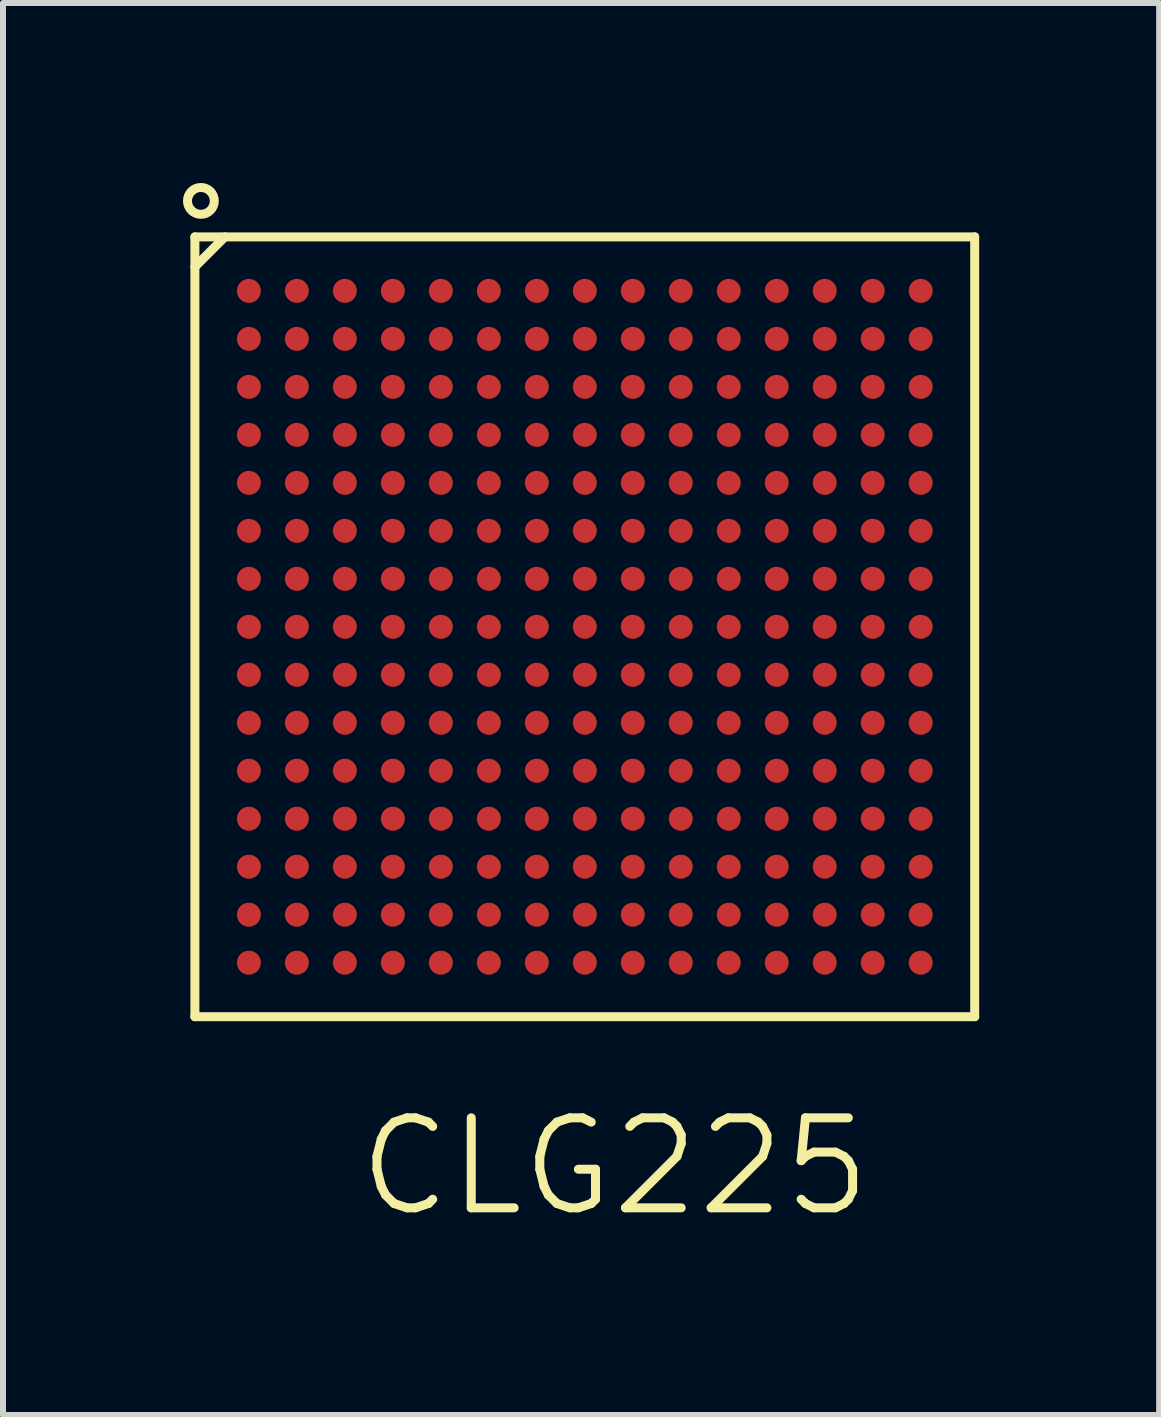
<source format=kicad_pcb>
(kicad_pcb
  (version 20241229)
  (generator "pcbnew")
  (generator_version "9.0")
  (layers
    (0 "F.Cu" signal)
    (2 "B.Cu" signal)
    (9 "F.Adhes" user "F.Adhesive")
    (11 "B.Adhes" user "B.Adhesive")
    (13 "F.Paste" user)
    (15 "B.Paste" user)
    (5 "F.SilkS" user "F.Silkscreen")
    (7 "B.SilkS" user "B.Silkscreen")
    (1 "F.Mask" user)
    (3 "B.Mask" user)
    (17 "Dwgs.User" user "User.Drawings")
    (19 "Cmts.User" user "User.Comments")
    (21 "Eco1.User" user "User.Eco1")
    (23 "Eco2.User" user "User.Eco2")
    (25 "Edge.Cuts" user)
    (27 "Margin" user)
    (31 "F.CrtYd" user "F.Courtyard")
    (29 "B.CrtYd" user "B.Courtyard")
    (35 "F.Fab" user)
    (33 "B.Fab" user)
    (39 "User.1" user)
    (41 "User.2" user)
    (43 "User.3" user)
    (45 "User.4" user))
  (footprint "CLG225"
    (layer "F.Cu")
    (at 6.699 7.399)
    (property "Reference" "CLG225" (at 0.5 9 0) (layer "F.SilkS") (effects (font (size 1.5 1.5) (thickness 0.15))))
    (attr through_hole)
    (fp_line (start -6.5 -6.5) (end 6.5 -6.5) (stroke (width 0.15) (type solid)) (layer "F.SilkS"))
    (fp_line (start -6.5 -6) (end -6 -6.5) (stroke (width 0.15) (type solid)) (layer "F.SilkS"))
    (fp_line (start -6.5 6.5) (end -6.5 -6.5) (stroke (width 0.15) (type solid)) (layer "F.SilkS"))
    (fp_line (start 6.5 -6.5) (end 6.5 6.5) (stroke (width 0.15) (type solid)) (layer "F.SilkS"))
    (fp_line (start 6.5 6.5) (end -6.5 6.5) (stroke (width 0.15) (type solid)) (layer "F.SilkS"))
    (fp_circle (center -6.4 -7.1) (end -6.2 -7) (stroke (width 0.15) (type solid)) (fill no) (layer "F.SilkS"))
    (pad "A1" smd circle (at -5.6 -5.6) (size 0.4 0.4) (layers "F.Cu" "F.Mask" "F.Paste"))
    (pad "A2" smd circle (at -4.8 -5.6) (size 0.4 0.4) (layers "F.Cu" "F.Mask" "F.Paste"))
    (pad "A3" smd circle (at -4 -5.6) (size 0.4 0.4) (layers "F.Cu" "F.Mask" "F.Paste"))
    (pad "A4" smd circle (at -3.2 -5.6) (size 0.4 0.4) (layers "F.Cu" "F.Mask" "F.Paste"))
    (pad "A5" smd circle (at -2.4 -5.6) (size 0.4 0.4) (layers "F.Cu" "F.Mask" "F.Paste"))
    (pad "A6" smd circle (at -1.6 -5.6) (size 0.4 0.4) (layers "F.Cu" "F.Mask" "F.Paste"))
    (pad "A7" smd circle (at -0.8 -5.6) (size 0.4 0.4) (layers "F.Cu" "F.Mask" "F.Paste"))
    (pad "A8" smd circle (at 0 -5.6) (size 0.4 0.4) (layers "F.Cu" "F.Mask" "F.Paste"))
    (pad "A9" smd circle (at 0.8 -5.6) (size 0.4 0.4) (layers "F.Cu" "F.Mask" "F.Paste"))
    (pad "A10" smd circle (at 1.6 -5.6) (size 0.4 0.4) (layers "F.Cu" "F.Mask" "F.Paste"))
    (pad "A11" smd circle (at 2.4 -5.6) (size 0.4 0.4) (layers "F.Cu" "F.Mask" "F.Paste"))
    (pad "A12" smd circle (at 3.2 -5.6) (size 0.4 0.4) (layers "F.Cu" "F.Mask" "F.Paste"))
    (pad "A13" smd circle (at 4 -5.6) (size 0.4 0.4) (layers "F.Cu" "F.Mask" "F.Paste"))
    (pad "A14" smd circle (at 4.8 -5.6) (size 0.4 0.4) (layers "F.Cu" "F.Mask" "F.Paste"))
    (pad "A15" smd circle (at 5.6 -5.6) (size 0.4 0.4) (layers "F.Cu" "F.Mask" "F.Paste"))
    (pad "B1" smd circle (at -5.6 -4.8) (size 0.4 0.4) (layers "F.Cu" "F.Mask" "F.Paste"))
    (pad "B2" smd circle (at -4.8 -4.8) (size 0.4 0.4) (layers "F.Cu" "F.Mask" "F.Paste"))
    (pad "B3" smd circle (at -4 -4.8) (size 0.4 0.4) (layers "F.Cu" "F.Mask" "F.Paste"))
    (pad "B4" smd circle (at -3.2 -4.8) (size 0.4 0.4) (layers "F.Cu" "F.Mask" "F.Paste"))
    (pad "B5" smd circle (at -2.4 -4.8) (size 0.4 0.4) (layers "F.Cu" "F.Mask" "F.Paste"))
    (pad "B6" smd circle (at -1.6 -4.8) (size 0.4 0.4) (layers "F.Cu" "F.Mask" "F.Paste"))
    (pad "B7" smd circle (at -0.8 -4.8) (size 0.4 0.4) (layers "F.Cu" "F.Mask" "F.Paste"))
    (pad "B8" smd circle (at 0 -4.8) (size 0.4 0.4) (layers "F.Cu" "F.Mask" "F.Paste"))
    (pad "B9" smd circle (at 0.8 -4.8) (size 0.4 0.4) (layers "F.Cu" "F.Mask" "F.Paste"))
    (pad "B10" smd circle (at 1.6 -4.8) (size 0.4 0.4) (layers "F.Cu" "F.Mask" "F.Paste"))
    (pad "B11" smd circle (at 2.4 -4.8) (size 0.4 0.4) (layers "F.Cu" "F.Mask" "F.Paste"))
    (pad "B12" smd circle (at 3.2 -4.8) (size 0.4 0.4) (layers "F.Cu" "F.Mask" "F.Paste"))
    (pad "B13" smd circle (at 4 -4.8) (size 0.4 0.4) (layers "F.Cu" "F.Mask" "F.Paste"))
    (pad "B14" smd circle (at 4.8 -4.8) (size 0.4 0.4) (layers "F.Cu" "F.Mask" "F.Paste"))
    (pad "B15" smd circle (at 5.6 -4.8) (size 0.4 0.4) (layers "F.Cu" "F.Mask" "F.Paste"))
    (pad "C1" smd circle (at -5.6 -4) (size 0.4 0.4) (layers "F.Cu" "F.Mask" "F.Paste"))
    (pad "C2" smd circle (at -4.8 -4) (size 0.4 0.4) (layers "F.Cu" "F.Mask" "F.Paste"))
    (pad "C3" smd circle (at -4 -4) (size 0.4 0.4) (layers "F.Cu" "F.Mask" "F.Paste"))
    (pad "C4" smd circle (at -3.2 -4) (size 0.4 0.4) (layers "F.Cu" "F.Mask" "F.Paste"))
    (pad "C5" smd circle (at -2.4 -4) (size 0.4 0.4) (layers "F.Cu" "F.Mask" "F.Paste"))
    (pad "C6" smd circle (at -1.6 -4) (size 0.4 0.4) (layers "F.Cu" "F.Mask" "F.Paste"))
    (pad "C7" smd circle (at -0.8 -4) (size 0.4 0.4) (layers "F.Cu" "F.Mask" "F.Paste"))
    (pad "C8" smd circle (at 0 -4) (size 0.4 0.4) (layers "F.Cu" "F.Mask" "F.Paste"))
    (pad "C9" smd circle (at 0.8 -4) (size 0.4 0.4) (layers "F.Cu" "F.Mask" "F.Paste"))
    (pad "C10" smd circle (at 1.6 -4) (size 0.4 0.4) (layers "F.Cu" "F.Mask" "F.Paste"))
    (pad "C11" smd circle (at 2.4 -4) (size 0.4 0.4) (layers "F.Cu" "F.Mask" "F.Paste"))
    (pad "C12" smd circle (at 3.2 -4) (size 0.4 0.4) (layers "F.Cu" "F.Mask" "F.Paste"))
    (pad "C13" smd circle (at 4 -4) (size 0.4 0.4) (layers "F.Cu" "F.Mask" "F.Paste"))
    (pad "C14" smd circle (at 4.8 -4) (size 0.4 0.4) (layers "F.Cu" "F.Mask" "F.Paste"))
    (pad "C15" smd circle (at 5.6 -4) (size 0.4 0.4) (layers "F.Cu" "F.Mask" "F.Paste"))
    (pad "D1" smd circle (at -5.6 -3.2) (size 0.4 0.4) (layers "F.Cu" "F.Mask" "F.Paste"))
    (pad "D2" smd circle (at -4.8 -3.2) (size 0.4 0.4) (layers "F.Cu" "F.Mask" "F.Paste"))
    (pad "D3" smd circle (at -4 -3.2) (size 0.4 0.4) (layers "F.Cu" "F.Mask" "F.Paste"))
    (pad "D4" smd circle (at -3.2 -3.2) (size 0.4 0.4) (layers "F.Cu" "F.Mask" "F.Paste"))
    (pad "D5" smd circle (at -2.4 -3.2) (size 0.4 0.4) (layers "F.Cu" "F.Mask" "F.Paste"))
    (pad "D6" smd circle (at -1.6 -3.2) (size 0.4 0.4) (layers "F.Cu" "F.Mask" "F.Paste"))
    (pad "D7" smd circle (at -0.8 -3.2) (size 0.4 0.4) (layers "F.Cu" "F.Mask" "F.Paste"))
    (pad "D8" smd circle (at 0 -3.2) (size 0.4 0.4) (layers "F.Cu" "F.Mask" "F.Paste"))
    (pad "D9" smd circle (at 0.8 -3.2) (size 0.4 0.4) (layers "F.Cu" "F.Mask" "F.Paste"))
    (pad "D10" smd circle (at 1.6 -3.2) (size 0.4 0.4) (layers "F.Cu" "F.Mask" "F.Paste"))
    (pad "D11" smd circle (at 2.4 -3.2) (size 0.4 0.4) (layers "F.Cu" "F.Mask" "F.Paste"))
    (pad "D12" smd circle (at 3.2 -3.2) (size 0.4 0.4) (layers "F.Cu" "F.Mask" "F.Paste"))
    (pad "D13" smd circle (at 4 -3.2) (size 0.4 0.4) (layers "F.Cu" "F.Mask" "F.Paste"))
    (pad "D14" smd circle (at 4.8 -3.2) (size 0.4 0.4) (layers "F.Cu" "F.Mask" "F.Paste"))
    (pad "D15" smd circle (at 5.6 -3.2) (size 0.4 0.4) (layers "F.Cu" "F.Mask" "F.Paste"))
    (pad "E1" smd circle (at -5.6 -2.4) (size 0.4 0.4) (layers "F.Cu" "F.Mask" "F.Paste"))
    (pad "E2" smd circle (at -4.8 -2.4) (size 0.4 0.4) (layers "F.Cu" "F.Mask" "F.Paste"))
    (pad "E3" smd circle (at -4 -2.4) (size 0.4 0.4) (layers "F.Cu" "F.Mask" "F.Paste"))
    (pad "E4" smd circle (at -3.2 -2.4) (size 0.4 0.4) (layers "F.Cu" "F.Mask" "F.Paste"))
    (pad "E5" smd circle (at -2.4 -2.4) (size 0.4 0.4) (layers "F.Cu" "F.Mask" "F.Paste"))
    (pad "E6" smd circle (at -1.6 -2.4) (size 0.4 0.4) (layers "F.Cu" "F.Mask" "F.Paste"))
    (pad "E7" smd circle (at -0.8 -2.4) (size 0.4 0.4) (layers "F.Cu" "F.Mask" "F.Paste"))
    (pad "E8" smd circle (at 0 -2.4) (size 0.4 0.4) (layers "F.Cu" "F.Mask" "F.Paste"))
    (pad "E9" smd circle (at 0.8 -2.4) (size 0.4 0.4) (layers "F.Cu" "F.Mask" "F.Paste"))
    (pad "E10" smd circle (at 1.6 -2.4) (size 0.4 0.4) (layers "F.Cu" "F.Mask" "F.Paste"))
    (pad "E11" smd circle (at 2.4 -2.4) (size 0.4 0.4) (layers "F.Cu" "F.Mask" "F.Paste"))
    (pad "E12" smd circle (at 3.2 -2.4) (size 0.4 0.4) (layers "F.Cu" "F.Mask" "F.Paste"))
    (pad "E13" smd circle (at 4 -2.4) (size 0.4 0.4) (layers "F.Cu" "F.Mask" "F.Paste"))
    (pad "E14" smd circle (at 4.8 -2.4) (size 0.4 0.4) (layers "F.Cu" "F.Mask" "F.Paste"))
    (pad "E15" smd circle (at 5.6 -2.4) (size 0.4 0.4) (layers "F.Cu" "F.Mask" "F.Paste"))
    (pad "F1" smd circle (at -5.6 -1.6) (size 0.4 0.4) (layers "F.Cu" "F.Mask" "F.Paste"))
    (pad "F2" smd circle (at -4.8 -1.6) (size 0.4 0.4) (layers "F.Cu" "F.Mask" "F.Paste"))
    (pad "F3" smd circle (at -4 -1.6) (size 0.4 0.4) (layers "F.Cu" "F.Mask" "F.Paste"))
    (pad "F4" smd circle (at -3.2 -1.6) (size 0.4 0.4) (layers "F.Cu" "F.Mask" "F.Paste"))
    (pad "F5" smd circle (at -2.4 -1.6) (size 0.4 0.4) (layers "F.Cu" "F.Mask" "F.Paste"))
    (pad "F6" smd circle (at -1.6 -1.6) (size 0.4 0.4) (layers "F.Cu" "F.Mask" "F.Paste"))
    (pad "F7" smd circle (at -0.8 -1.6) (size 0.4 0.4) (layers "F.Cu" "F.Mask" "F.Paste"))
    (pad "F8" smd circle (at 0 -1.6) (size 0.4 0.4) (layers "F.Cu" "F.Mask" "F.Paste"))
    (pad "F9" smd circle (at 0.8 -1.6) (size 0.4 0.4) (layers "F.Cu" "F.Mask" "F.Paste"))
    (pad "F10" smd circle (at 1.6 -1.6) (size 0.4 0.4) (layers "F.Cu" "F.Mask" "F.Paste"))
    (pad "F11" smd circle (at 2.4 -1.6) (size 0.4 0.4) (layers "F.Cu" "F.Mask" "F.Paste"))
    (pad "F12" smd circle (at 3.2 -1.6) (size 0.4 0.4) (layers "F.Cu" "F.Mask" "F.Paste"))
    (pad "F13" smd circle (at 4 -1.6) (size 0.4 0.4) (layers "F.Cu" "F.Mask" "F.Paste"))
    (pad "F14" smd circle (at 4.8 -1.6) (size 0.4 0.4) (layers "F.Cu" "F.Mask" "F.Paste"))
    (pad "F15" smd circle (at 5.6 -1.6) (size 0.4 0.4) (layers "F.Cu" "F.Mask" "F.Paste"))
    (pad "G1" smd circle (at -5.6 -0.8) (size 0.4 0.4) (layers "F.Cu" "F.Mask" "F.Paste"))
    (pad "G2" smd circle (at -4.8 -0.8) (size 0.4 0.4) (layers "F.Cu" "F.Mask" "F.Paste"))
    (pad "G3" smd circle (at -4 -0.8) (size 0.4 0.4) (layers "F.Cu" "F.Mask" "F.Paste"))
    (pad "G4" smd circle (at -3.2 -0.8) (size 0.4 0.4) (layers "F.Cu" "F.Mask" "F.Paste"))
    (pad "G5" smd circle (at -2.4 -0.8) (size 0.4 0.4) (layers "F.Cu" "F.Mask" "F.Paste"))
    (pad "G6" smd circle (at -1.6 -0.8) (size 0.4 0.4) (layers "F.Cu" "F.Mask" "F.Paste"))
    (pad "G7" smd circle (at -0.8 -0.8) (size 0.4 0.4) (layers "F.Cu" "F.Mask" "F.Paste"))
    (pad "G8" smd circle (at 0 -0.8) (size 0.4 0.4) (layers "F.Cu" "F.Mask" "F.Paste"))
    (pad "G9" smd circle (at 0.8 -0.8) (size 0.4 0.4) (layers "F.Cu" "F.Mask" "F.Paste"))
    (pad "G10" smd circle (at 1.6 -0.8) (size 0.4 0.4) (layers "F.Cu" "F.Mask" "F.Paste"))
    (pad "G11" smd circle (at 2.4 -0.8) (size 0.4 0.4) (layers "F.Cu" "F.Mask" "F.Paste"))
    (pad "G12" smd circle (at 3.2 -0.8) (size 0.4 0.4) (layers "F.Cu" "F.Mask" "F.Paste"))
    (pad "G13" smd circle (at 4 -0.8) (size 0.4 0.4) (layers "F.Cu" "F.Mask" "F.Paste"))
    (pad "G14" smd circle (at 4.8 -0.8) (size 0.4 0.4) (layers "F.Cu" "F.Mask" "F.Paste"))
    (pad "G15" smd circle (at 5.6 -0.8) (size 0.4 0.4) (layers "F.Cu" "F.Mask" "F.Paste"))
    (pad "H1" smd circle (at -5.6 0) (size 0.4 0.4) (layers "F.Cu" "F.Mask" "F.Paste"))
    (pad "H2" smd circle (at -4.8 0) (size 0.4 0.4) (layers "F.Cu" "F.Mask" "F.Paste"))
    (pad "H3" smd circle (at -4 0) (size 0.4 0.4) (layers "F.Cu" "F.Mask" "F.Paste"))
    (pad "H4" smd circle (at -3.2 0) (size 0.4 0.4) (layers "F.Cu" "F.Mask" "F.Paste"))
    (pad "H5" smd circle (at -2.4 0) (size 0.4 0.4) (layers "F.Cu" "F.Mask" "F.Paste"))
    (pad "H6" smd circle (at -1.6 0) (size 0.4 0.4) (layers "F.Cu" "F.Mask" "F.Paste"))
    (pad "H7" smd circle (at -0.8 0) (size 0.4 0.4) (layers "F.Cu" "F.Mask" "F.Paste"))
    (pad "H8" smd circle (at 0 0) (size 0.4 0.4) (layers "F.Cu" "F.Mask" "F.Paste"))
    (pad "H9" smd circle (at 0.8 0) (size 0.4 0.4) (layers "F.Cu" "F.Mask" "F.Paste"))
    (pad "H10" smd circle (at 1.6 0) (size 0.4 0.4) (layers "F.Cu" "F.Mask" "F.Paste"))
    (pad "H11" smd circle (at 2.4 0) (size 0.4 0.4) (layers "F.Cu" "F.Mask" "F.Paste"))
    (pad "H12" smd circle (at 3.2 0) (size 0.4 0.4) (layers "F.Cu" "F.Mask" "F.Paste"))
    (pad "H13" smd circle (at 4 0) (size 0.4 0.4) (layers "F.Cu" "F.Mask" "F.Paste"))
    (pad "H14" smd circle (at 4.8 0) (size 0.4 0.4) (layers "F.Cu" "F.Mask" "F.Paste"))
    (pad "H15" smd circle (at 5.6 0) (size 0.4 0.4) (layers "F.Cu" "F.Mask" "F.Paste"))
    (pad "J1" smd circle (at -5.6 0.8) (size 0.4 0.4) (layers "F.Cu" "F.Mask" "F.Paste"))
    (pad "J2" smd circle (at -4.8 0.8) (size 0.4 0.4) (layers "F.Cu" "F.Mask" "F.Paste"))
    (pad "J3" smd circle (at -4 0.8) (size 0.4 0.4) (layers "F.Cu" "F.Mask" "F.Paste"))
    (pad "J4" smd circle (at -3.2 0.8) (size 0.4 0.4) (layers "F.Cu" "F.Mask" "F.Paste"))
    (pad "J5" smd circle (at -2.4 0.8) (size 0.4 0.4) (layers "F.Cu" "F.Mask" "F.Paste"))
    (pad "J6" smd circle (at -1.6 0.8) (size 0.4 0.4) (layers "F.Cu" "F.Mask" "F.Paste"))
    (pad "J7" smd circle (at -0.8 0.8) (size 0.4 0.4) (layers "F.Cu" "F.Mask" "F.Paste"))
    (pad "J8" smd circle (at 0 0.8) (size 0.4 0.4) (layers "F.Cu" "F.Mask" "F.Paste"))
    (pad "J9" smd circle (at 0.8 0.8) (size 0.4 0.4) (layers "F.Cu" "F.Mask" "F.Paste"))
    (pad "J10" smd circle (at 1.6 0.8) (size 0.4 0.4) (layers "F.Cu" "F.Mask" "F.Paste"))
    (pad "J11" smd circle (at 2.4 0.8) (size 0.4 0.4) (layers "F.Cu" "F.Mask" "F.Paste"))
    (pad "J12" smd circle (at 3.2 0.8) (size 0.4 0.4) (layers "F.Cu" "F.Mask" "F.Paste"))
    (pad "J13" smd circle (at 4 0.8) (size 0.4 0.4) (layers "F.Cu" "F.Mask" "F.Paste"))
    (pad "J14" smd circle (at 4.8 0.8) (size 0.4 0.4) (layers "F.Cu" "F.Mask" "F.Paste"))
    (pad "J15" smd circle (at 5.6 0.8) (size 0.4 0.4) (layers "F.Cu" "F.Mask" "F.Paste"))
    (pad "K1" smd circle (at -5.6 1.6) (size 0.4 0.4) (layers "F.Cu" "F.Mask" "F.Paste"))
    (pad "K2" smd circle (at -4.8 1.6) (size 0.4 0.4) (layers "F.Cu" "F.Mask" "F.Paste"))
    (pad "K3" smd circle (at -4 1.6) (size 0.4 0.4) (layers "F.Cu" "F.Mask" "F.Paste"))
    (pad "K4" smd circle (at -3.2 1.6) (size 0.4 0.4) (layers "F.Cu" "F.Mask" "F.Paste"))
    (pad "K5" smd circle (at -2.4 1.6) (size 0.4 0.4) (layers "F.Cu" "F.Mask" "F.Paste"))
    (pad "K6" smd circle (at -1.6 1.6) (size 0.4 0.4) (layers "F.Cu" "F.Mask" "F.Paste"))
    (pad "K7" smd circle (at -0.8 1.6) (size 0.4 0.4) (layers "F.Cu" "F.Mask" "F.Paste"))
    (pad "K8" smd circle (at 0 1.6) (size 0.4 0.4) (layers "F.Cu" "F.Mask" "F.Paste"))
    (pad "K9" smd circle (at 0.8 1.6) (size 0.4 0.4) (layers "F.Cu" "F.Mask" "F.Paste"))
    (pad "K10" smd circle (at 1.6 1.6) (size 0.4 0.4) (layers "F.Cu" "F.Mask" "F.Paste"))
    (pad "K11" smd circle (at 2.4 1.6) (size 0.4 0.4) (layers "F.Cu" "F.Mask" "F.Paste"))
    (pad "K12" smd circle (at 3.2 1.6) (size 0.4 0.4) (layers "F.Cu" "F.Mask" "F.Paste"))
    (pad "K13" smd circle (at 4 1.6) (size 0.4 0.4) (layers "F.Cu" "F.Mask" "F.Paste"))
    (pad "K14" smd circle (at 4.8 1.6) (size 0.4 0.4) (layers "F.Cu" "F.Mask" "F.Paste"))
    (pad "K15" smd circle (at 5.6 1.6) (size 0.4 0.4) (layers "F.Cu" "F.Mask" "F.Paste"))
    (pad "L1" smd circle (at -5.6 2.4) (size 0.4 0.4) (layers "F.Cu" "F.Mask" "F.Paste"))
    (pad "L2" smd circle (at -4.8 2.4) (size 0.4 0.4) (layers "F.Cu" "F.Mask" "F.Paste"))
    (pad "L3" smd circle (at -4 2.4) (size 0.4 0.4) (layers "F.Cu" "F.Mask" "F.Paste"))
    (pad "L4" smd circle (at -3.2 2.4) (size 0.4 0.4) (layers "F.Cu" "F.Mask" "F.Paste"))
    (pad "L5" smd circle (at -2.4 2.4) (size 0.4 0.4) (layers "F.Cu" "F.Mask" "F.Paste"))
    (pad "L6" smd circle (at -1.6 2.4) (size 0.4 0.4) (layers "F.Cu" "F.Mask" "F.Paste"))
    (pad "L7" smd circle (at -0.8 2.4) (size 0.4 0.4) (layers "F.Cu" "F.Mask" "F.Paste"))
    (pad "L8" smd circle (at 0 2.4) (size 0.4 0.4) (layers "F.Cu" "F.Mask" "F.Paste"))
    (pad "L9" smd circle (at 0.8 2.4) (size 0.4 0.4) (layers "F.Cu" "F.Mask" "F.Paste"))
    (pad "L10" smd circle (at 1.6 2.4) (size 0.4 0.4) (layers "F.Cu" "F.Mask" "F.Paste"))
    (pad "L11" smd circle (at 2.4 2.4) (size 0.4 0.4) (layers "F.Cu" "F.Mask" "F.Paste"))
    (pad "L12" smd circle (at 3.2 2.4) (size 0.4 0.4) (layers "F.Cu" "F.Mask" "F.Paste"))
    (pad "L13" smd circle (at 4 2.4) (size 0.4 0.4) (layers "F.Cu" "F.Mask" "F.Paste"))
    (pad "L14" smd circle (at 4.8 2.4) (size 0.4 0.4) (layers "F.Cu" "F.Mask" "F.Paste"))
    (pad "L15" smd circle (at 5.6 2.4) (size 0.4 0.4) (layers "F.Cu" "F.Mask" "F.Paste"))
    (pad "M1" smd circle (at -5.6 3.2) (size 0.4 0.4) (layers "F.Cu" "F.Mask" "F.Paste"))
    (pad "M2" smd circle (at -4.8 3.2) (size 0.4 0.4) (layers "F.Cu" "F.Mask" "F.Paste"))
    (pad "M3" smd circle (at -4 3.2) (size 0.4 0.4) (layers "F.Cu" "F.Mask" "F.Paste"))
    (pad "M4" smd circle (at -3.2 3.2) (size 0.4 0.4) (layers "F.Cu" "F.Mask" "F.Paste"))
    (pad "M5" smd circle (at -2.4 3.2) (size 0.4 0.4) (layers "F.Cu" "F.Mask" "F.Paste"))
    (pad "M6" smd circle (at -1.6 3.2) (size 0.4 0.4) (layers "F.Cu" "F.Mask" "F.Paste"))
    (pad "M7" smd circle (at -0.8 3.2) (size 0.4 0.4) (layers "F.Cu" "F.Mask" "F.Paste"))
    (pad "M8" smd circle (at 0 3.2) (size 0.4 0.4) (layers "F.Cu" "F.Mask" "F.Paste"))
    (pad "M9" smd circle (at 0.8 3.2) (size 0.4 0.4) (layers "F.Cu" "F.Mask" "F.Paste"))
    (pad "M10" smd circle (at 1.6 3.2) (size 0.4 0.4) (layers "F.Cu" "F.Mask" "F.Paste"))
    (pad "M11" smd circle (at 2.4 3.2) (size 0.4 0.4) (layers "F.Cu" "F.Mask" "F.Paste"))
    (pad "M12" smd circle (at 3.2 3.2) (size 0.4 0.4) (layers "F.Cu" "F.Mask" "F.Paste"))
    (pad "M13" smd circle (at 4 3.2) (size 0.4 0.4) (layers "F.Cu" "F.Mask" "F.Paste"))
    (pad "M14" smd circle (at 4.8 3.2) (size 0.4 0.4) (layers "F.Cu" "F.Mask" "F.Paste"))
    (pad "M15" smd circle (at 5.6 3.2) (size 0.4 0.4) (layers "F.Cu" "F.Mask" "F.Paste"))
    (pad "N1" smd circle (at -5.6 4) (size 0.4 0.4) (layers "F.Cu" "F.Mask" "F.Paste"))
    (pad "N2" smd circle (at -4.8 4) (size 0.4 0.4) (layers "F.Cu" "F.Mask" "F.Paste"))
    (pad "N3" smd circle (at -4 4) (size 0.4 0.4) (layers "F.Cu" "F.Mask" "F.Paste"))
    (pad "N4" smd circle (at -3.2 4) (size 0.4 0.4) (layers "F.Cu" "F.Mask" "F.Paste"))
    (pad "N5" smd circle (at -2.4 4) (size 0.4 0.4) (layers "F.Cu" "F.Mask" "F.Paste"))
    (pad "N6" smd circle (at -1.6 4) (size 0.4 0.4) (layers "F.Cu" "F.Mask" "F.Paste"))
    (pad "N7" smd circle (at -0.8 4) (size 0.4 0.4) (layers "F.Cu" "F.Mask" "F.Paste"))
    (pad "N8" smd circle (at 0 4) (size 0.4 0.4) (layers "F.Cu" "F.Mask" "F.Paste"))
    (pad "N9" smd circle (at 0.8 4) (size 0.4 0.4) (layers "F.Cu" "F.Mask" "F.Paste"))
    (pad "N10" smd circle (at 1.6 4) (size 0.4 0.4) (layers "F.Cu" "F.Mask" "F.Paste"))
    (pad "N11" smd circle (at 2.4 4) (size 0.4 0.4) (layers "F.Cu" "F.Mask" "F.Paste"))
    (pad "N12" smd circle (at 3.2 4) (size 0.4 0.4) (layers "F.Cu" "F.Mask" "F.Paste"))
    (pad "N13" smd circle (at 4 4) (size 0.4 0.4) (layers "F.Cu" "F.Mask" "F.Paste"))
    (pad "N14" smd circle (at 4.8 4) (size 0.4 0.4) (layers "F.Cu" "F.Mask" "F.Paste"))
    (pad "N15" smd circle (at 5.6 4) (size 0.4 0.4) (layers "F.Cu" "F.Mask" "F.Paste"))
    (pad "P1" smd circle (at -5.6 4.8) (size 0.4 0.4) (layers "F.Cu" "F.Mask" "F.Paste"))
    (pad "P2" smd circle (at -4.8 4.8) (size 0.4 0.4) (layers "F.Cu" "F.Mask" "F.Paste"))
    (pad "P3" smd circle (at -4 4.8) (size 0.4 0.4) (layers "F.Cu" "F.Mask" "F.Paste"))
    (pad "P4" smd circle (at -3.2 4.8) (size 0.4 0.4) (layers "F.Cu" "F.Mask" "F.Paste"))
    (pad "P5" smd circle (at -2.4 4.8) (size 0.4 0.4) (layers "F.Cu" "F.Mask" "F.Paste"))
    (pad "P6" smd circle (at -1.6 4.8) (size 0.4 0.4) (layers "F.Cu" "F.Mask" "F.Paste"))
    (pad "P7" smd circle (at -0.8 4.8) (size 0.4 0.4) (layers "F.Cu" "F.Mask" "F.Paste"))
    (pad "P8" smd circle (at 0 4.8) (size 0.4 0.4) (layers "F.Cu" "F.Mask" "F.Paste"))
    (pad "P9" smd circle (at 0.8 4.8) (size 0.4 0.4) (layers "F.Cu" "F.Mask" "F.Paste"))
    (pad "P10" smd circle (at 1.6 4.8) (size 0.4 0.4) (layers "F.Cu" "F.Mask" "F.Paste"))
    (pad "P11" smd circle (at 2.4 4.8) (size 0.4 0.4) (layers "F.Cu" "F.Mask" "F.Paste"))
    (pad "P12" smd circle (at 3.2 4.8) (size 0.4 0.4) (layers "F.Cu" "F.Mask" "F.Paste"))
    (pad "P13" smd circle (at 4 4.8) (size 0.4 0.4) (layers "F.Cu" "F.Mask" "F.Paste"))
    (pad "P14" smd circle (at 4.8 4.8) (size 0.4 0.4) (layers "F.Cu" "F.Mask" "F.Paste"))
    (pad "P15" smd circle (at 5.6 4.8) (size 0.4 0.4) (layers "F.Cu" "F.Mask" "F.Paste"))
    (pad "R1" smd circle (at -5.6 5.6) (size 0.4 0.4) (layers "F.Cu" "F.Mask" "F.Paste"))
    (pad "R2" smd circle (at -4.8 5.6) (size 0.4 0.4) (layers "F.Cu" "F.Mask" "F.Paste"))
    (pad "R3" smd circle (at -4 5.6) (size 0.4 0.4) (layers "F.Cu" "F.Mask" "F.Paste"))
    (pad "R4" smd circle (at -3.2 5.6) (size 0.4 0.4) (layers "F.Cu" "F.Mask" "F.Paste"))
    (pad "R5" smd circle (at -2.4 5.6) (size 0.4 0.4) (layers "F.Cu" "F.Mask" "F.Paste"))
    (pad "R6" smd circle (at -1.6 5.6) (size 0.4 0.4) (layers "F.Cu" "F.Mask" "F.Paste"))
    (pad "R7" smd circle (at -0.8 5.6) (size 0.4 0.4) (layers "F.Cu" "F.Mask" "F.Paste"))
    (pad "R8" smd circle (at 0 5.6) (size 0.4 0.4) (layers "F.Cu" "F.Mask" "F.Paste"))
    (pad "R9" smd circle (at 0.8 5.6) (size 0.4 0.4) (layers "F.Cu" "F.Mask" "F.Paste"))
    (pad "R10" smd circle (at 1.6 5.6) (size 0.4 0.4) (layers "F.Cu" "F.Mask" "F.Paste"))
    (pad "R11" smd circle (at 2.4 5.6) (size 0.4 0.4) (layers "F.Cu" "F.Mask" "F.Paste"))
    (pad "R12" smd circle (at 3.2 5.6) (size 0.4 0.4) (layers "F.Cu" "F.Mask" "F.Paste"))
    (pad "R13" smd circle (at 4 5.6) (size 0.4 0.4) (layers "F.Cu" "F.Mask" "F.Paste"))
    (pad "R14" smd circle (at 4.8 5.6) (size 0.4 0.4) (layers "F.Cu" "F.Mask" "F.Paste"))
    (pad "R15" smd circle (at 5.6 5.6) (size 0.4 0.4) (layers "F.Cu" "F.Mask" "F.Paste")))
  (gr_rect
    (start -3 -3)
    (end 16.274 20.539)
    (stroke (width 0.1) (type default))
    (fill no)
    (layer "Edge.Cuts")))
</source>
